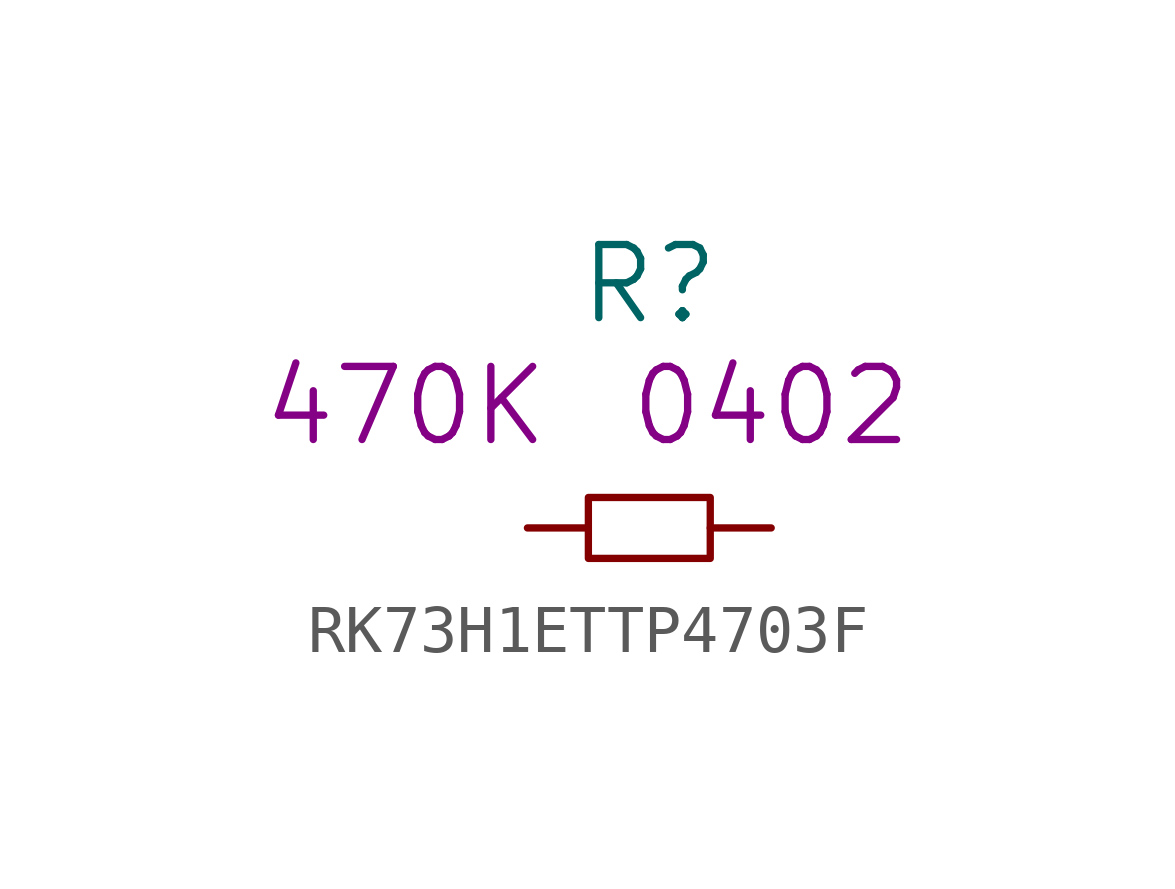
<source format=kicad_sym>
(kicad_symbol_lib
  (version 20220914)
  (generator kicad_symbol_editor)
  (symbol "RK73H1ETTP4703F"
    (pin_numbers hide)
    (pin_names
      (offset 1.016) hide)
    (property "Reference" "R"
      (at 0 5.08 0)
      (effects (font (size 1.524 1.524))))
    (property "Value2" "470K"
      (at -5.08 2.54 0)
      (effects (font (size 1.524 1.524))))
    (property "Size" "0402"
      (at 2.54 2.54 0)
      (effects (font (size 1.524 1.524))))
    (symbol "RK73H1ETTP4703F_0_1"
      (rectangle (start -1.27 0.635) (end 1.27 -0.635) (stroke (width 0) (type solid)) (fill (type none))))
    (symbol "RK73H1ETTP4703F_1_1"
      (pin passive line (at -2.54 0 0) (length 1.27) (name "1" (effects (font (size 1.27 1.27)))) (number "1" (effects (font (size 1.27 1.27)))))
      (pin passive line (at 2.54 0 180) (length 1.27) (name "2" (effects (font (size 1.27 1.27)))) (number "2" (effects (font (size 1.27 1.27))))))))
</source>
